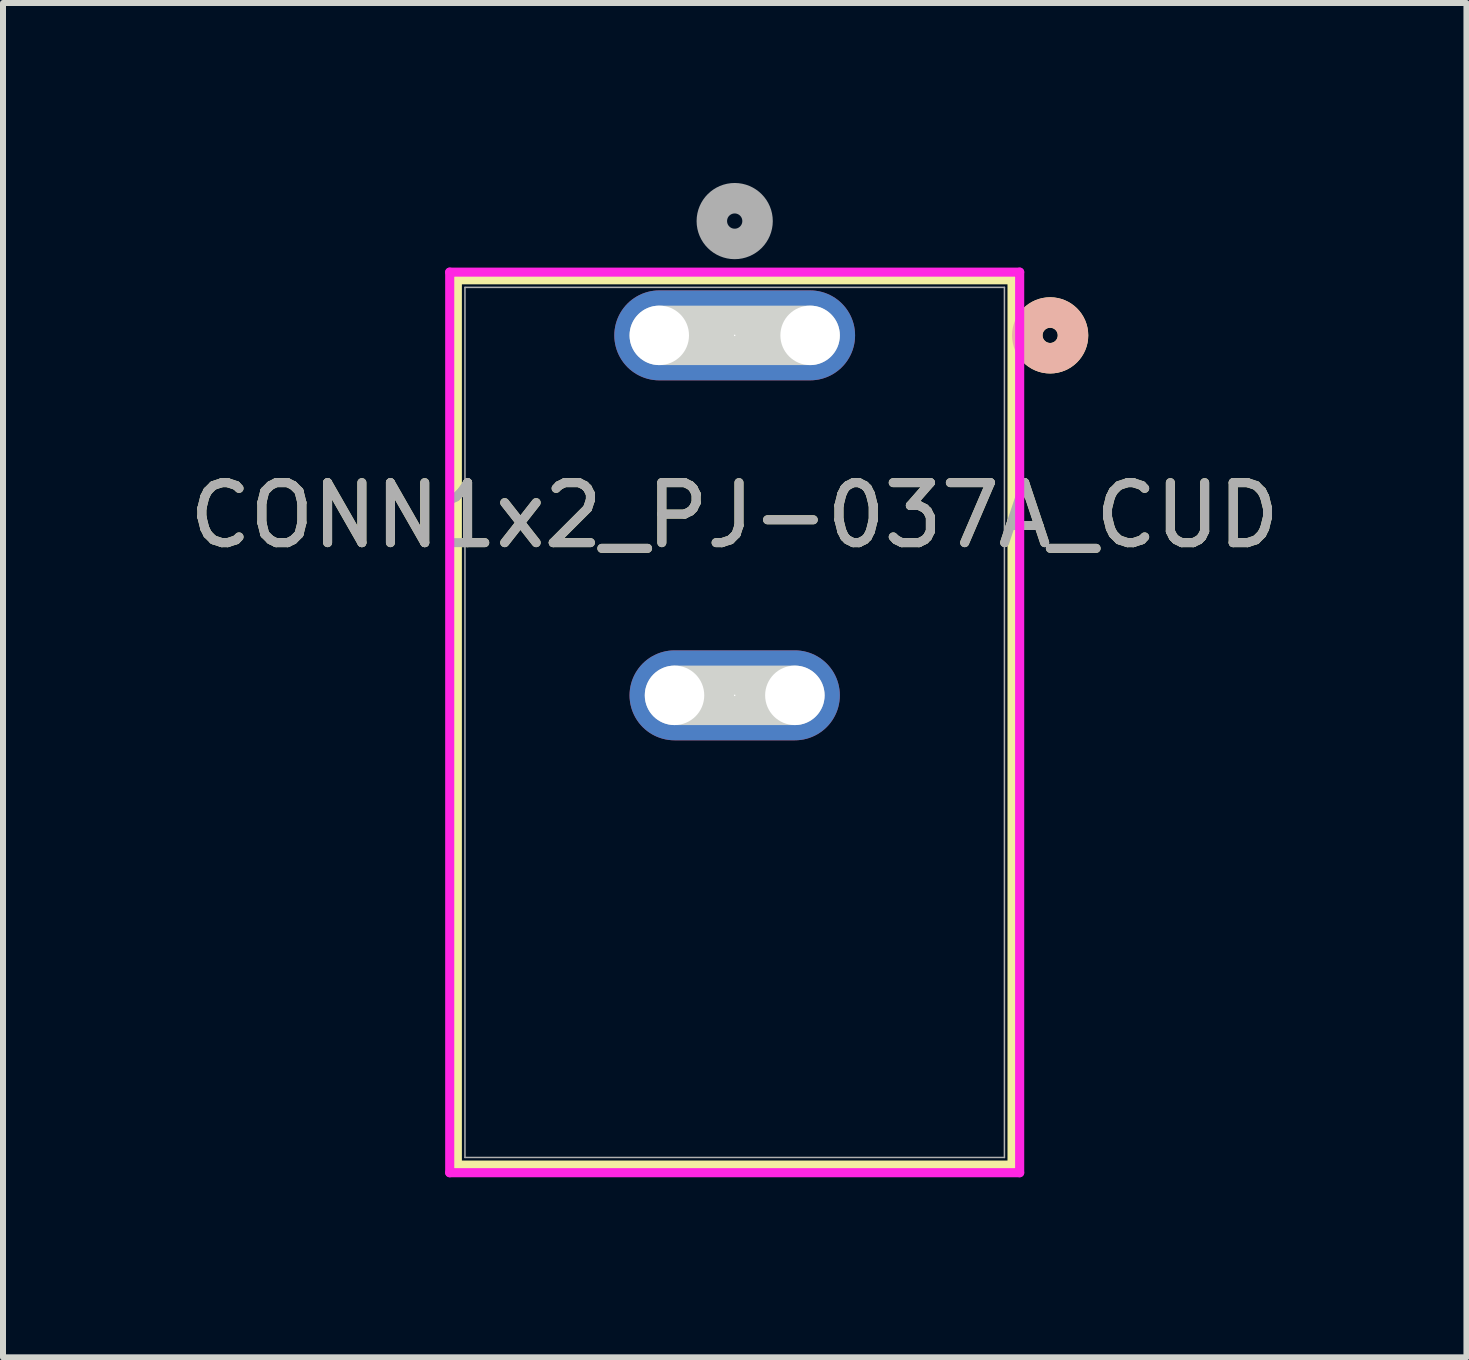
<source format=kicad_pcb>
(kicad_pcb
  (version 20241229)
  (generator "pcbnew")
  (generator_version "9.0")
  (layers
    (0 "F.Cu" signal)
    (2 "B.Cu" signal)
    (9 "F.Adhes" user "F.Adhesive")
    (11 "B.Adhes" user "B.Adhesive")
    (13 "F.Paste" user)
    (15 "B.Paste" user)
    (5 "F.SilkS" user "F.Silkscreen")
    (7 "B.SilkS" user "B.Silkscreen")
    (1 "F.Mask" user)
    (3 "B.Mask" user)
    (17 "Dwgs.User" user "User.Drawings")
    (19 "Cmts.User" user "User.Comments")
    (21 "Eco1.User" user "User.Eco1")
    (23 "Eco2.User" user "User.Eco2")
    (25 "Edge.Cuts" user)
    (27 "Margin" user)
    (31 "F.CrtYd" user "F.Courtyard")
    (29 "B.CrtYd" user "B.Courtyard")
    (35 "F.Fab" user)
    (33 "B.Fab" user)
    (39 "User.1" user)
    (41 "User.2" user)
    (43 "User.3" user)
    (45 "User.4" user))
  (footprint "CONN1x2_PJ-037A_CUD"
    (layer "F.Cu")
    (at 9.196 2.54)
    (property "Reference" "CONN1x2_PJ-037A_CUD" (at 0 3 0) (unlocked yes) (layer "F.SilkS") (effects (font (size 1 1) (thickness 0.15))))
    (attr through_hole)
    (fp_line (start -4.623 -0.927) (end -4.623 13.83) (stroke (width 0.152) (type solid)) (layer "F.SilkS"))
    (fp_line (start -4.623 13.83) (end 4.623 13.83) (stroke (width 0.152) (type solid)) (layer "F.SilkS"))
    (fp_line (start 4.623 -0.927) (end -4.623 -0.927) (stroke (width 0.152) (type solid)) (layer "F.SilkS"))
    (fp_line (start 4.623 13.83) (end 4.623 -0.927) (stroke (width 0.152) (type solid)) (layer "F.SilkS"))
    (fp_circle (center 5.258 0) (end 5.639 0) (stroke (width 0.508) (type solid)) (fill no) (layer "F.SilkS"))
    (fp_circle (center 5.258 0) (end 5.639 0) (stroke (width 0.508) (type solid)) (fill no) (layer "B.SilkS"))
    (fp_line (start -1.257 0) (end 1.257 0) (stroke (width 0.991) (type solid)) (layer "Edge.Cuts"))
    (fp_line (start -1.003 6) (end 1.003 6) (stroke (width 0.991) (type solid)) (layer "Edge.Cuts"))
    (fp_line (start -4.75 -1.054) (end -4.75 13.957) (stroke (width 0.152) (type solid)) (layer "F.CrtYd"))
    (fp_line (start -4.75 13.957) (end 4.75 13.957) (stroke (width 0.152) (type solid)) (layer "F.CrtYd"))
    (fp_line (start 4.75 -1.054) (end -4.75 -1.054) (stroke (width 0.152) (type solid)) (layer "F.CrtYd"))
    (fp_line (start 4.75 13.957) (end 4.75 -1.054) (stroke (width 0.152) (type solid)) (layer "F.CrtYd"))
    (fp_line (start -4.496 -0.8) (end -4.496 13.703) (stroke (width 0.025) (type solid)) (layer "F.Fab"))
    (fp_line (start -4.496 13.703) (end 4.496 13.703) (stroke (width 0.025) (type solid)) (layer "F.Fab"))
    (fp_line (start 4.496 -0.8) (end -4.496 -0.8) (stroke (width 0.025) (type solid)) (layer "F.Fab"))
    (fp_line (start 4.496 13.703) (end 4.496 -0.8) (stroke (width 0.025) (type solid)) (layer "F.Fab"))
    (fp_circle (center 0 -1.905) (end 0.381 -1.905) (stroke (width 0.508) (type solid)) (fill no) (layer "F.Fab"))
    (fp_text user "${REFERENCE}" (at 0 3 0) (unlocked yes) (layer "F.Fab") (effects (font (size 1 1) (thickness 0.15))))
    (pad "" np_thru_hole circle (at -1.257 0) (size 0.991 0.991) (drill 0.991) (layers "*.Cu" "*.Mask"))
    (pad "" np_thru_hole circle (at -1.003 6) (size 0.991 0.991) (drill 0.991) (layers "*.Cu" "*.Mask"))
    (pad "" np_thru_hole circle (at 1.003 6) (size 0.991 0.991) (drill 0.991) (layers "*.Cu" "*.Mask"))
    (pad "" np_thru_hole circle (at 1.257 0) (size 0.991 0.991) (drill 0.991) (layers "*.Cu" "*.Mask"))
    (pad "1" thru_hole oval (at 0 0) (size 4.013 1.499) (drill 0.025) (layers "*.Cu" "*.Mask"))
    (pad "2" thru_hole oval (at 0 6) (size 3.505 1.499) (drill 0.025) (layers "*.Cu" "*.Mask")))
  (gr_rect
    (start -3 -3)
    (end 21.393 19.574)
    (stroke (width 0.1) (type default))
    (fill no)
    (layer "Edge.Cuts")))
</source>
